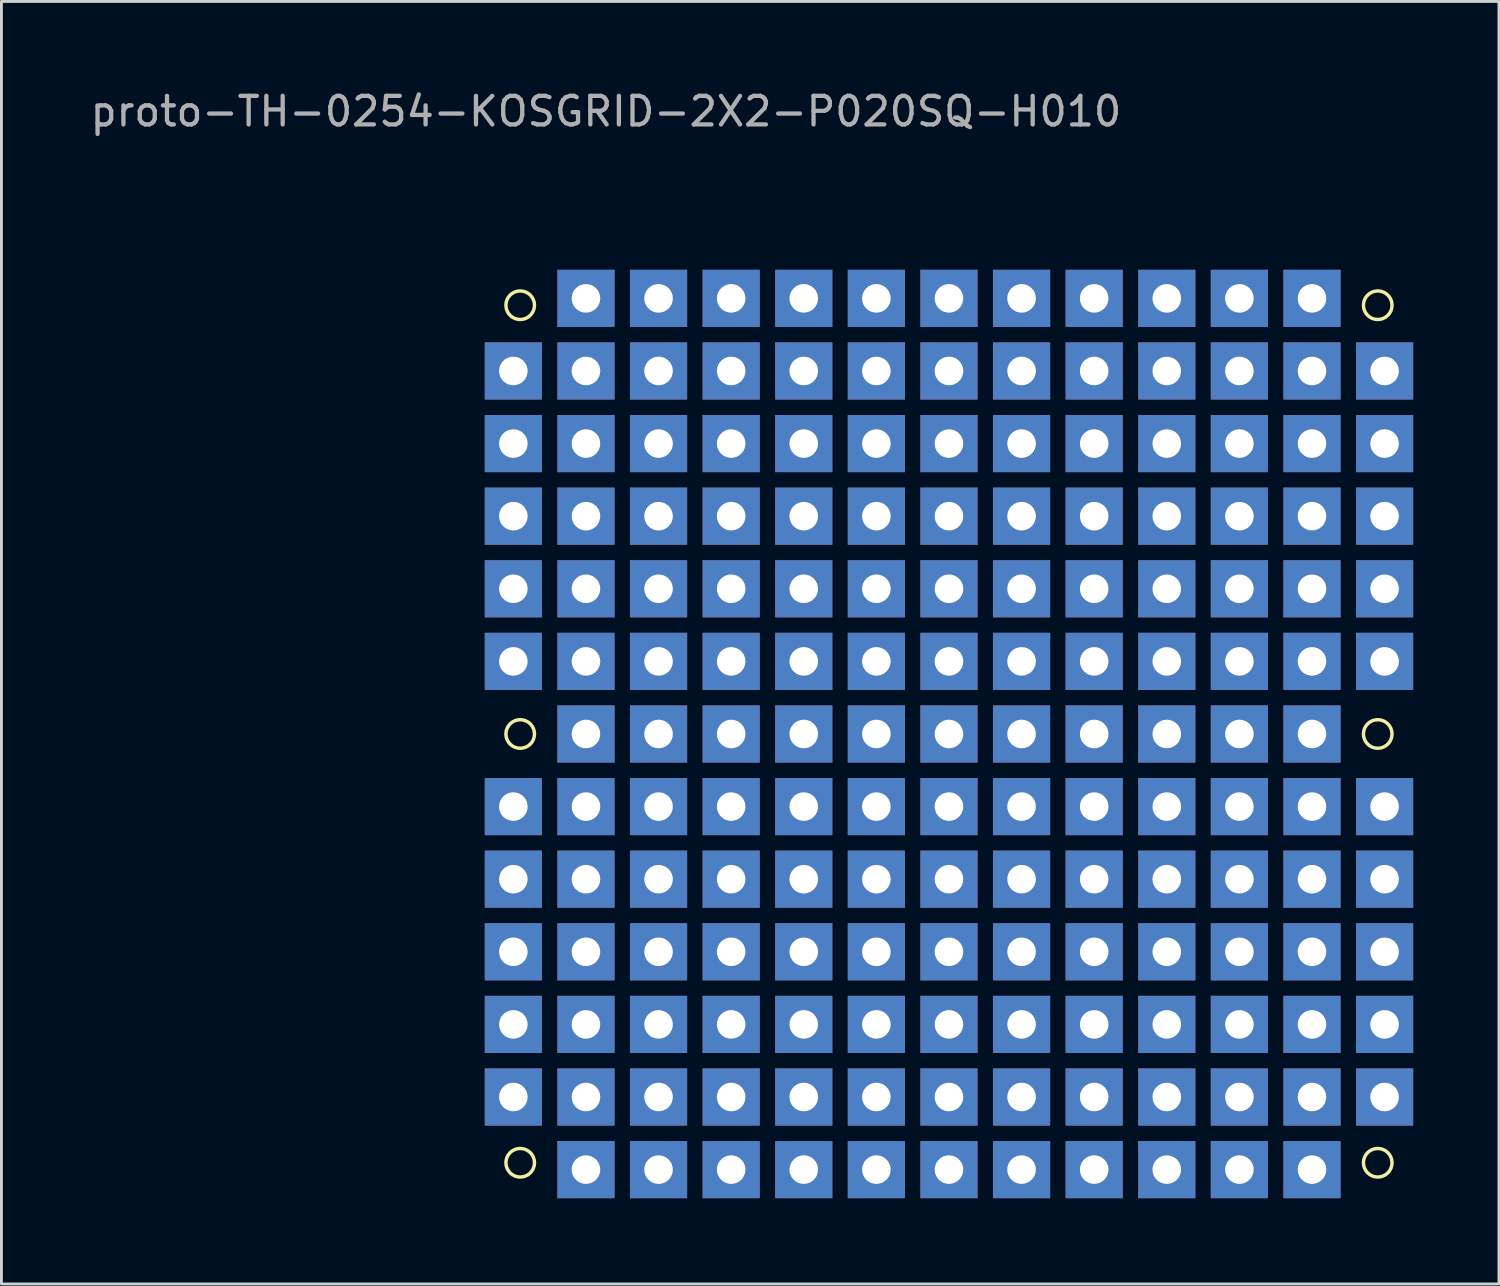
<source format=kicad_pcb>
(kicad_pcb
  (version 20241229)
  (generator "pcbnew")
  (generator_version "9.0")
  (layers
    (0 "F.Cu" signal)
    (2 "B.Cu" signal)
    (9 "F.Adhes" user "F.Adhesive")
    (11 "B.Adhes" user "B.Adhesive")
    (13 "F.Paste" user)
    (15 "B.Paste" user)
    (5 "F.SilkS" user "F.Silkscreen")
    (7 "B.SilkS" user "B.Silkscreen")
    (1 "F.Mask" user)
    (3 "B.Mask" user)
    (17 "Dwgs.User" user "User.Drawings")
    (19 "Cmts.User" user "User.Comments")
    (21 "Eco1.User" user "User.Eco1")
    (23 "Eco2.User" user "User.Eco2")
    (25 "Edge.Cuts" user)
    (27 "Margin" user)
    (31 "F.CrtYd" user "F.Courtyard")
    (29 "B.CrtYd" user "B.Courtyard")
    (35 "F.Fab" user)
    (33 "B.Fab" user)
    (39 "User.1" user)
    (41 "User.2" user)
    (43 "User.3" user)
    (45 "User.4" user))
  (footprint "proto-TH-0254-KOSGRID-2X2-P020SQ-H010"
    (layer "F.Cu")
    (at 30.149 22.628)
    (property "Reference" "proto-TH-0254-KOSGRID-2X2-P020SQ-H010" (at -12 -21.78 0) (layer "F.Fab") (effects (font (size 1 1) (thickness 0.15))))
    (attr through_hole)
    (fp_circle (center -15 -15) (end -14.5 -15) (stroke (width 0.12) (type solid)) (fill no) (layer "F.SilkS"))
    (fp_circle (center -15 0) (end -14.5 0) (stroke (width 0.12) (type solid)) (fill no) (layer "F.SilkS"))
    (fp_circle (center -15 15) (end -14.5 15) (stroke (width 0.12) (type solid)) (fill no) (layer "F.SilkS"))
    (fp_circle (center 15 -15) (end 15.5 -15) (stroke (width 0.12) (type solid)) (fill no) (layer "F.SilkS"))
    (fp_circle (center 15 0) (end 15.5 0) (stroke (width 0.12) (type solid)) (fill no) (layer "F.SilkS"))
    (fp_circle (center 15 15) (end 15.5 15) (stroke (width 0.12) (type solid)) (fill no) (layer "F.SilkS"))
    (pad "1" thru_hole rect (at -12.7 -15.24) (size 2 2) (drill 1) (layers "*.Cu" "*.Mask"))
    (pad "2" thru_hole rect (at -15.24 -2.54) (size 2 2) (drill 1) (layers "*.Cu" "*.Mask"))
    (pad "3" thru_hole rect (at -12.7 15.24) (size 2 2) (drill 1) (layers "*.Cu" "*.Mask"))
    (pad "4" thru_hole rect (at 12.7 15.24) (size 2 2) (drill 1) (layers "*.Cu" "*.Mask"))
    (pad "5" thru_hole rect (at 15.24 -2.54) (size 2 2) (drill 1) (layers "*.Cu" "*.Mask"))
    (pad "6" thru_hole rect (at 12.7 -15.24) (size 2 2) (drill 1) (layers "*.Cu" "*.Mask"))
    (pad "NC" thru_hole rect (at -15.24 -12.7) (size 2 2) (drill 1) (layers "*.Cu" "*.Mask"))
    (pad "NC" thru_hole rect (at -15.24 -10.16) (size 2 2) (drill 1) (layers "*.Cu" "*.Mask"))
    (pad "NC" thru_hole rect (at -15.24 -7.62) (size 2 2) (drill 1) (layers "*.Cu" "*.Mask"))
    (pad "NC" thru_hole rect (at -15.24 -5.08) (size 2 2) (drill 1) (layers "*.Cu" "*.Mask"))
    (pad "NC" thru_hole rect (at -15.24 2.54) (size 2 2) (drill 1) (layers "*.Cu" "*.Mask"))
    (pad "NC" thru_hole rect (at -15.24 5.08) (size 2 2) (drill 1) (layers "*.Cu" "*.Mask"))
    (pad "NC" thru_hole rect (at -15.24 7.62) (size 2 2) (drill 1) (layers "*.Cu" "*.Mask"))
    (pad "NC" thru_hole rect (at -15.24 10.16) (size 2 2) (drill 1) (layers "*.Cu" "*.Mask"))
    (pad "NC" thru_hole rect (at -15.24 12.7) (size 2 2) (drill 1) (layers "*.Cu" "*.Mask"))
    (pad "NC" thru_hole rect (at -12.7 -12.7) (size 2 2) (drill 1) (layers "*.Cu" "*.Mask"))
    (pad "NC" thru_hole rect (at -12.7 -10.16) (size 2 2) (drill 1) (layers "*.Cu" "*.Mask"))
    (pad "NC" thru_hole rect (at -12.7 -7.62) (size 2 2) (drill 1) (layers "*.Cu" "*.Mask"))
    (pad "NC" thru_hole rect (at -12.7 -5.08) (size 2 2) (drill 1) (layers "*.Cu" "*.Mask"))
    (pad "NC" thru_hole rect (at -12.7 -2.54) (size 2 2) (drill 1) (layers "*.Cu" "*.Mask"))
    (pad "NC" thru_hole rect (at -12.7 0) (size 2 2) (drill 1) (layers "*.Cu" "*.Mask"))
    (pad "NC" thru_hole rect (at -12.7 2.54) (size 2 2) (drill 1) (layers "*.Cu" "*.Mask"))
    (pad "NC" thru_hole rect (at -12.7 5.08) (size 2 2) (drill 1) (layers "*.Cu" "*.Mask"))
    (pad "NC" thru_hole rect (at -12.7 7.62) (size 2 2) (drill 1) (layers "*.Cu" "*.Mask"))
    (pad "NC" thru_hole rect (at -12.7 10.16) (size 2 2) (drill 1) (layers "*.Cu" "*.Mask"))
    (pad "NC" thru_hole rect (at -12.7 12.7) (size 2 2) (drill 1) (layers "*.Cu" "*.Mask"))
    (pad "NC" thru_hole rect (at -10.16 -15.24) (size 2 2) (drill 1) (layers "*.Cu" "*.Mask"))
    (pad "NC" thru_hole rect (at -10.16 -12.7) (size 2 2) (drill 1) (layers "*.Cu" "*.Mask"))
    (pad "NC" thru_hole rect (at -10.16 -10.16) (size 2 2) (drill 1) (layers "*.Cu" "*.Mask"))
    (pad "NC" thru_hole rect (at -10.16 -7.62) (size 2 2) (drill 1) (layers "*.Cu" "*.Mask"))
    (pad "NC" thru_hole rect (at -10.16 -5.08) (size 2 2) (drill 1) (layers "*.Cu" "*.Mask"))
    (pad "NC" thru_hole rect (at -10.16 -2.54) (size 2 2) (drill 1) (layers "*.Cu" "*.Mask"))
    (pad "NC" thru_hole rect (at -10.16 0) (size 2 2) (drill 1) (layers "*.Cu" "*.Mask"))
    (pad "NC" thru_hole rect (at -10.16 2.54) (size 2 2) (drill 1) (layers "*.Cu" "*.Mask"))
    (pad "NC" thru_hole rect (at -10.16 5.08) (size 2 2) (drill 1) (layers "*.Cu" "*.Mask"))
    (pad "NC" thru_hole rect (at -10.16 7.62) (size 2 2) (drill 1) (layers "*.Cu" "*.Mask"))
    (pad "NC" thru_hole rect (at -10.16 10.16) (size 2 2) (drill 1) (layers "*.Cu" "*.Mask"))
    (pad "NC" thru_hole rect (at -10.16 12.7) (size 2 2) (drill 1) (layers "*.Cu" "*.Mask"))
    (pad "NC" thru_hole rect (at -10.16 15.24) (size 2 2) (drill 1) (layers "*.Cu" "*.Mask"))
    (pad "NC" thru_hole rect (at -7.62 -15.24) (size 2 2) (drill 1) (layers "*.Cu" "*.Mask"))
    (pad "NC" thru_hole rect (at -7.62 -12.7) (size 2 2) (drill 1) (layers "*.Cu" "*.Mask"))
    (pad "NC" thru_hole rect (at -7.62 -10.16) (size 2 2) (drill 1) (layers "*.Cu" "*.Mask"))
    (pad "NC" thru_hole rect (at -7.62 -7.62) (size 2 2) (drill 1) (layers "*.Cu" "*.Mask"))
    (pad "NC" thru_hole rect (at -7.62 -5.08) (size 2 2) (drill 1) (layers "*.Cu" "*.Mask"))
    (pad "NC" thru_hole rect (at -7.62 -2.54) (size 2 2) (drill 1) (layers "*.Cu" "*.Mask"))
    (pad "NC" thru_hole rect (at -7.62 0) (size 2 2) (drill 1) (layers "*.Cu" "*.Mask"))
    (pad "NC" thru_hole rect (at -7.62 2.54) (size 2 2) (drill 1) (layers "*.Cu" "*.Mask"))
    (pad "NC" thru_hole rect (at -7.62 5.08) (size 2 2) (drill 1) (layers "*.Cu" "*.Mask"))
    (pad "NC" thru_hole rect (at -7.62 7.62) (size 2 2) (drill 1) (layers "*.Cu" "*.Mask"))
    (pad "NC" thru_hole rect (at -7.62 10.16) (size 2 2) (drill 1) (layers "*.Cu" "*.Mask"))
    (pad "NC" thru_hole rect (at -7.62 12.7) (size 2 2) (drill 1) (layers "*.Cu" "*.Mask"))
    (pad "NC" thru_hole rect (at -7.62 15.24) (size 2 2) (drill 1) (layers "*.Cu" "*.Mask"))
    (pad "NC" thru_hole rect (at -5.08 -15.24) (size 2 2) (drill 1) (layers "*.Cu" "*.Mask"))
    (pad "NC" thru_hole rect (at -5.08 -12.7) (size 2 2) (drill 1) (layers "*.Cu" "*.Mask"))
    (pad "NC" thru_hole rect (at -5.08 -10.16) (size 2 2) (drill 1) (layers "*.Cu" "*.Mask"))
    (pad "NC" thru_hole rect (at -5.08 -7.62) (size 2 2) (drill 1) (layers "*.Cu" "*.Mask"))
    (pad "NC" thru_hole rect (at -5.08 -5.08) (size 2 2) (drill 1) (layers "*.Cu" "*.Mask"))
    (pad "NC" thru_hole rect (at -5.08 -2.54) (size 2 2) (drill 1) (layers "*.Cu" "*.Mask"))
    (pad "NC" thru_hole rect (at -5.08 0) (size 2 2) (drill 1) (layers "*.Cu" "*.Mask"))
    (pad "NC" thru_hole rect (at -5.08 2.54) (size 2 2) (drill 1) (layers "*.Cu" "*.Mask"))
    (pad "NC" thru_hole rect (at -5.08 5.08) (size 2 2) (drill 1) (layers "*.Cu" "*.Mask"))
    (pad "NC" thru_hole rect (at -5.08 7.62) (size 2 2) (drill 1) (layers "*.Cu" "*.Mask"))
    (pad "NC" thru_hole rect (at -5.08 10.16) (size 2 2) (drill 1) (layers "*.Cu" "*.Mask"))
    (pad "NC" thru_hole rect (at -5.08 12.7) (size 2 2) (drill 1) (layers "*.Cu" "*.Mask"))
    (pad "NC" thru_hole rect (at -5.08 15.24) (size 2 2) (drill 1) (layers "*.Cu" "*.Mask"))
    (pad "NC" thru_hole rect (at -2.54 -15.24) (size 2 2) (drill 1) (layers "*.Cu" "*.Mask"))
    (pad "NC" thru_hole rect (at -2.54 -12.7) (size 2 2) (drill 1) (layers "*.Cu" "*.Mask"))
    (pad "NC" thru_hole rect (at -2.54 -10.16) (size 2 2) (drill 1) (layers "*.Cu" "*.Mask"))
    (pad "NC" thru_hole rect (at -2.54 -7.62) (size 2 2) (drill 1) (layers "*.Cu" "*.Mask"))
    (pad "NC" thru_hole rect (at -2.54 -5.08) (size 2 2) (drill 1) (layers "*.Cu" "*.Mask"))
    (pad "NC" thru_hole rect (at -2.54 -2.54) (size 2 2) (drill 1) (layers "*.Cu" "*.Mask"))
    (pad "NC" thru_hole rect (at -2.54 0) (size 2 2) (drill 1) (layers "*.Cu" "*.Mask"))
    (pad "NC" thru_hole rect (at -2.54 2.54) (size 2 2) (drill 1) (layers "*.Cu" "*.Mask"))
    (pad "NC" thru_hole rect (at -2.54 5.08) (size 2 2) (drill 1) (layers "*.Cu" "*.Mask"))
    (pad "NC" thru_hole rect (at -2.54 7.62) (size 2 2) (drill 1) (layers "*.Cu" "*.Mask"))
    (pad "NC" thru_hole rect (at -2.54 10.16) (size 2 2) (drill 1) (layers "*.Cu" "*.Mask"))
    (pad "NC" thru_hole rect (at -2.54 12.7) (size 2 2) (drill 1) (layers "*.Cu" "*.Mask"))
    (pad "NC" thru_hole rect (at -2.54 15.24) (size 2 2) (drill 1) (layers "*.Cu" "*.Mask"))
    (pad "NC" thru_hole rect (at 0 -15.24) (size 2 2) (drill 1) (layers "*.Cu" "*.Mask"))
    (pad "NC" thru_hole rect (at 0 -12.7) (size 2 2) (drill 1) (layers "*.Cu" "*.Mask"))
    (pad "NC" thru_hole rect (at 0 -10.16) (size 2 2) (drill 1) (layers "*.Cu" "*.Mask"))
    (pad "NC" thru_hole rect (at 0 -7.62) (size 2 2) (drill 1) (layers "*.Cu" "*.Mask"))
    (pad "NC" thru_hole rect (at 0 -5.08) (size 2 2) (drill 1) (layers "*.Cu" "*.Mask"))
    (pad "NC" thru_hole rect (at 0 -2.54) (size 2 2) (drill 1) (layers "*.Cu" "*.Mask"))
    (pad "NC" thru_hole rect (at 0 0) (size 2 2) (drill 1) (layers "*.Cu" "*.Mask"))
    (pad "NC" thru_hole rect (at 0 2.54) (size 2 2) (drill 1) (layers "*.Cu" "*.Mask"))
    (pad "NC" thru_hole rect (at 0 5.08) (size 2 2) (drill 1) (layers "*.Cu" "*.Mask"))
    (pad "NC" thru_hole rect (at 0 7.62) (size 2 2) (drill 1) (layers "*.Cu" "*.Mask"))
    (pad "NC" thru_hole rect (at 0 10.16) (size 2 2) (drill 1) (layers "*.Cu" "*.Mask"))
    (pad "NC" thru_hole rect (at 0 12.7) (size 2 2) (drill 1) (layers "*.Cu" "*.Mask"))
    (pad "NC" thru_hole rect (at 0 15.24) (size 2 2) (drill 1) (layers "*.Cu" "*.Mask"))
    (pad "NC" thru_hole rect (at 2.54 -15.24) (size 2 2) (drill 1) (layers "*.Cu" "*.Mask"))
    (pad "NC" thru_hole rect (at 2.54 -12.7) (size 2 2) (drill 1) (layers "*.Cu" "*.Mask"))
    (pad "NC" thru_hole rect (at 2.54 -10.16) (size 2 2) (drill 1) (layers "*.Cu" "*.Mask"))
    (pad "NC" thru_hole rect (at 2.54 -7.62) (size 2 2) (drill 1) (layers "*.Cu" "*.Mask"))
    (pad "NC" thru_hole rect (at 2.54 -5.08) (size 2 2) (drill 1) (layers "*.Cu" "*.Mask"))
    (pad "NC" thru_hole rect (at 2.54 -2.54) (size 2 2) (drill 1) (layers "*.Cu" "*.Mask"))
    (pad "NC" thru_hole rect (at 2.54 0) (size 2 2) (drill 1) (layers "*.Cu" "*.Mask"))
    (pad "NC" thru_hole rect (at 2.54 2.54) (size 2 2) (drill 1) (layers "*.Cu" "*.Mask"))
    (pad "NC" thru_hole rect (at 2.54 5.08) (size 2 2) (drill 1) (layers "*.Cu" "*.Mask"))
    (pad "NC" thru_hole rect (at 2.54 7.62) (size 2 2) (drill 1) (layers "*.Cu" "*.Mask"))
    (pad "NC" thru_hole rect (at 2.54 10.16) (size 2 2) (drill 1) (layers "*.Cu" "*.Mask"))
    (pad "NC" thru_hole rect (at 2.54 12.7) (size 2 2) (drill 1) (layers "*.Cu" "*.Mask"))
    (pad "NC" thru_hole rect (at 2.54 15.24) (size 2 2) (drill 1) (layers "*.Cu" "*.Mask"))
    (pad "NC" thru_hole rect (at 5.08 -15.24) (size 2 2) (drill 1) (layers "*.Cu" "*.Mask"))
    (pad "NC" thru_hole rect (at 5.08 -12.7) (size 2 2) (drill 1) (layers "*.Cu" "*.Mask"))
    (pad "NC" thru_hole rect (at 5.08 -10.16) (size 2 2) (drill 1) (layers "*.Cu" "*.Mask"))
    (pad "NC" thru_hole rect (at 5.08 -7.62) (size 2 2) (drill 1) (layers "*.Cu" "*.Mask"))
    (pad "NC" thru_hole rect (at 5.08 -5.08) (size 2 2) (drill 1) (layers "*.Cu" "*.Mask"))
    (pad "NC" thru_hole rect (at 5.08 -2.54) (size 2 2) (drill 1) (layers "*.Cu" "*.Mask"))
    (pad "NC" thru_hole rect (at 5.08 0) (size 2 2) (drill 1) (layers "*.Cu" "*.Mask"))
    (pad "NC" thru_hole rect (at 5.08 2.54) (size 2 2) (drill 1) (layers "*.Cu" "*.Mask"))
    (pad "NC" thru_hole rect (at 5.08 5.08) (size 2 2) (drill 1) (layers "*.Cu" "*.Mask"))
    (pad "NC" thru_hole rect (at 5.08 7.62) (size 2 2) (drill 1) (layers "*.Cu" "*.Mask"))
    (pad "NC" thru_hole rect (at 5.08 10.16) (size 2 2) (drill 1) (layers "*.Cu" "*.Mask"))
    (pad "NC" thru_hole rect (at 5.08 12.7) (size 2 2) (drill 1) (layers "*.Cu" "*.Mask"))
    (pad "NC" thru_hole rect (at 5.08 15.24) (size 2 2) (drill 1) (layers "*.Cu" "*.Mask"))
    (pad "NC" thru_hole rect (at 7.62 -15.24) (size 2 2) (drill 1) (layers "*.Cu" "*.Mask"))
    (pad "NC" thru_hole rect (at 7.62 -12.7) (size 2 2) (drill 1) (layers "*.Cu" "*.Mask"))
    (pad "NC" thru_hole rect (at 7.62 -10.16) (size 2 2) (drill 1) (layers "*.Cu" "*.Mask"))
    (pad "NC" thru_hole rect (at 7.62 -7.62) (size 2 2) (drill 1) (layers "*.Cu" "*.Mask"))
    (pad "NC" thru_hole rect (at 7.62 -5.08) (size 2 2) (drill 1) (layers "*.Cu" "*.Mask"))
    (pad "NC" thru_hole rect (at 7.62 -2.54) (size 2 2) (drill 1) (layers "*.Cu" "*.Mask"))
    (pad "NC" thru_hole rect (at 7.62 0) (size 2 2) (drill 1) (layers "*.Cu" "*.Mask"))
    (pad "NC" thru_hole rect (at 7.62 2.54) (size 2 2) (drill 1) (layers "*.Cu" "*.Mask"))
    (pad "NC" thru_hole rect (at 7.62 5.08) (size 2 2) (drill 1) (layers "*.Cu" "*.Mask"))
    (pad "NC" thru_hole rect (at 7.62 7.62) (size 2 2) (drill 1) (layers "*.Cu" "*.Mask"))
    (pad "NC" thru_hole rect (at 7.62 10.16) (size 2 2) (drill 1) (layers "*.Cu" "*.Mask"))
    (pad "NC" thru_hole rect (at 7.62 12.7) (size 2 2) (drill 1) (layers "*.Cu" "*.Mask"))
    (pad "NC" thru_hole rect (at 7.62 15.24) (size 2 2) (drill 1) (layers "*.Cu" "*.Mask"))
    (pad "NC" thru_hole rect (at 10.16 -15.24) (size 2 2) (drill 1) (layers "*.Cu" "*.Mask"))
    (pad "NC" thru_hole rect (at 10.16 -12.7) (size 2 2) (drill 1) (layers "*.Cu" "*.Mask"))
    (pad "NC" thru_hole rect (at 10.16 -10.16) (size 2 2) (drill 1) (layers "*.Cu" "*.Mask"))
    (pad "NC" thru_hole rect (at 10.16 -7.62) (size 2 2) (drill 1) (layers "*.Cu" "*.Mask"))
    (pad "NC" thru_hole rect (at 10.16 -5.08) (size 2 2) (drill 1) (layers "*.Cu" "*.Mask"))
    (pad "NC" thru_hole rect (at 10.16 -2.54) (size 2 2) (drill 1) (layers "*.Cu" "*.Mask"))
    (pad "NC" thru_hole rect (at 10.16 0) (size 2 2) (drill 1) (layers "*.Cu" "*.Mask"))
    (pad "NC" thru_hole rect (at 10.16 2.54) (size 2 2) (drill 1) (layers "*.Cu" "*.Mask"))
    (pad "NC" thru_hole rect (at 10.16 5.08) (size 2 2) (drill 1) (layers "*.Cu" "*.Mask"))
    (pad "NC" thru_hole rect (at 10.16 7.62) (size 2 2) (drill 1) (layers "*.Cu" "*.Mask"))
    (pad "NC" thru_hole rect (at 10.16 10.16) (size 2 2) (drill 1) (layers "*.Cu" "*.Mask"))
    (pad "NC" thru_hole rect (at 10.16 12.7) (size 2 2) (drill 1) (layers "*.Cu" "*.Mask"))
    (pad "NC" thru_hole rect (at 10.16 15.24) (size 2 2) (drill 1) (layers "*.Cu" "*.Mask"))
    (pad "NC" thru_hole rect (at 12.7 -12.7) (size 2 2) (drill 1) (layers "*.Cu" "*.Mask"))
    (pad "NC" thru_hole rect (at 12.7 -10.16) (size 2 2) (drill 1) (layers "*.Cu" "*.Mask"))
    (pad "NC" thru_hole rect (at 12.7 -7.62) (size 2 2) (drill 1) (layers "*.Cu" "*.Mask"))
    (pad "NC" thru_hole rect (at 12.7 -5.08) (size 2 2) (drill 1) (layers "*.Cu" "*.Mask"))
    (pad "NC" thru_hole rect (at 12.7 -2.54) (size 2 2) (drill 1) (layers "*.Cu" "*.Mask"))
    (pad "NC" thru_hole rect (at 12.7 0) (size 2 2) (drill 1) (layers "*.Cu" "*.Mask"))
    (pad "NC" thru_hole rect (at 12.7 2.54) (size 2 2) (drill 1) (layers "*.Cu" "*.Mask"))
    (pad "NC" thru_hole rect (at 12.7 5.08) (size 2 2) (drill 1) (layers "*.Cu" "*.Mask"))
    (pad "NC" thru_hole rect (at 12.7 7.62) (size 2 2) (drill 1) (layers "*.Cu" "*.Mask"))
    (pad "NC" thru_hole rect (at 12.7 10.16) (size 2 2) (drill 1) (layers "*.Cu" "*.Mask"))
    (pad "NC" thru_hole rect (at 12.7 12.7) (size 2 2) (drill 1) (layers "*.Cu" "*.Mask"))
    (pad "NC" thru_hole rect (at 15.24 -12.7) (size 2 2) (drill 1) (layers "*.Cu" "*.Mask"))
    (pad "NC" thru_hole rect (at 15.24 -10.16) (size 2 2) (drill 1) (layers "*.Cu" "*.Mask"))
    (pad "NC" thru_hole rect (at 15.24 -7.62) (size 2 2) (drill 1) (layers "*.Cu" "*.Mask"))
    (pad "NC" thru_hole rect (at 15.24 -5.08) (size 2 2) (drill 1) (layers "*.Cu" "*.Mask"))
    (pad "NC" thru_hole rect (at 15.24 2.54) (size 2 2) (drill 1) (layers "*.Cu" "*.Mask"))
    (pad "NC" thru_hole rect (at 15.24 5.08) (size 2 2) (drill 1) (layers "*.Cu" "*.Mask"))
    (pad "NC" thru_hole rect (at 15.24 7.62) (size 2 2) (drill 1) (layers "*.Cu" "*.Mask"))
    (pad "NC" thru_hole rect (at 15.24 10.16) (size 2 2) (drill 1) (layers "*.Cu" "*.Mask"))
    (pad "NC" thru_hole rect (at 15.24 12.7) (size 2 2) (drill 1) (layers "*.Cu" "*.Mask")))
  (gr_rect
    (start -3 -3)
    (end 49.389 41.868)
    (stroke (width 0.1) (type default))
    (fill no)
    (layer "Edge.Cuts")))
</source>
